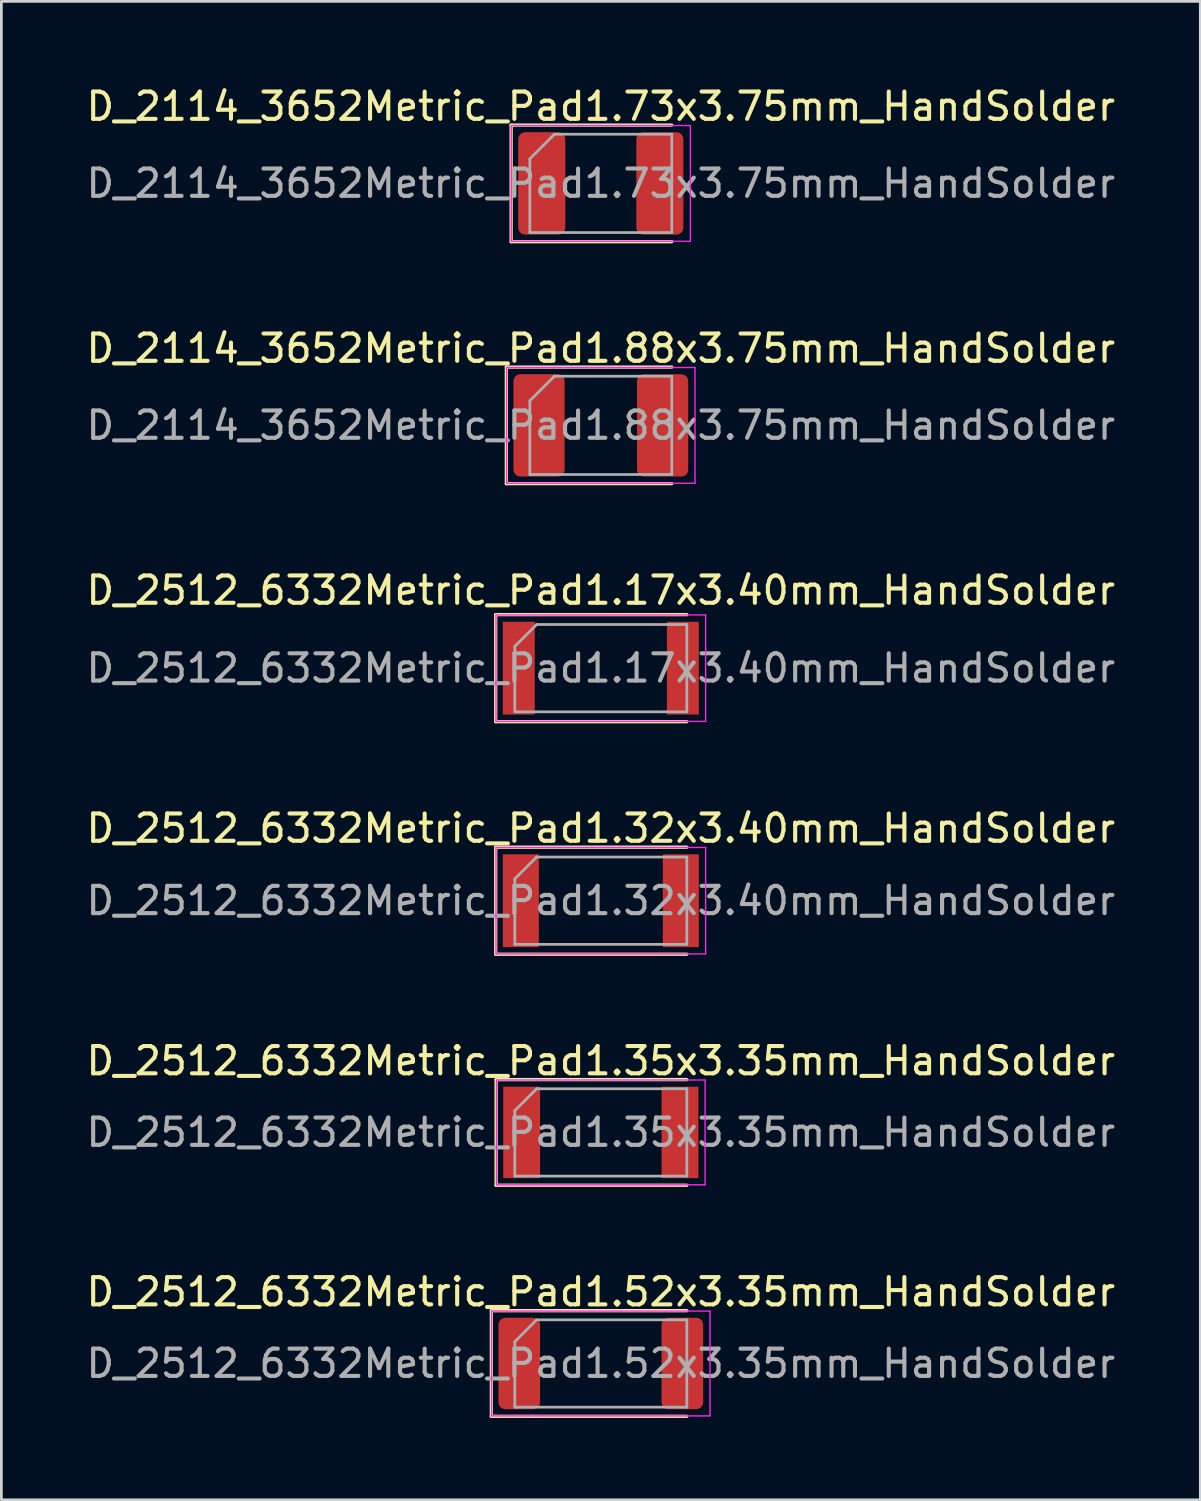
<source format=kicad_pcb>
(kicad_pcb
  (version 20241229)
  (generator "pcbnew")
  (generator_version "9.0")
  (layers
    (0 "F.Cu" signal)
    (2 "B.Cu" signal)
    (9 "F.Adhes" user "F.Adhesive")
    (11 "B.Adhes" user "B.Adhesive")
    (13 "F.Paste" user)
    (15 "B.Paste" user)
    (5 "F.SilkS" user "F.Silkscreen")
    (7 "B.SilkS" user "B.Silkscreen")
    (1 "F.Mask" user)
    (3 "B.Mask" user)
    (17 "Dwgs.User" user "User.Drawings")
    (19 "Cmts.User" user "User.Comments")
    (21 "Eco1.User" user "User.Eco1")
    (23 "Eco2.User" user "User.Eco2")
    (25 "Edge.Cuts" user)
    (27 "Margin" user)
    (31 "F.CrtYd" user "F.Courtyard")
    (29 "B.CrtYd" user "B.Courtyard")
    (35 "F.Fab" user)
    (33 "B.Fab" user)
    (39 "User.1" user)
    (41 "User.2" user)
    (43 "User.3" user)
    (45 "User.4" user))
  (footprint "D_2114_3652Metric_Pad1.88x3.75mm_HandSolder"
    (layer "F.Cu")
    (at 18.958 12.531)
    (property "Reference" "D_2114_3652Metric_Pad1.88x3.75mm_HandSolder" (at 0 -2.82 0) (layer "F.SilkS") (effects (font (size 1 1) (thickness 0.15))))
    (attr smd)
    (fp_line (start -3.46 -2.135) (end -3.46 2.135) (stroke (width 0.12) (type solid)) (layer "F.SilkS"))
    (fp_line (start -3.46 2.135) (end 2.6 2.135) (stroke (width 0.12) (type solid)) (layer "F.SilkS"))
    (fp_line (start 2.6 -2.135) (end -3.46 -2.135) (stroke (width 0.12) (type solid)) (layer "F.SilkS"))
    (fp_line (start -3.45 -2.12) (end 3.45 -2.12) (stroke (width 0.05) (type solid)) (layer "F.CrtYd"))
    (fp_line (start -3.45 2.12) (end -3.45 -2.12) (stroke (width 0.05) (type solid)) (layer "F.CrtYd"))
    (fp_line (start 3.45 -2.12) (end 3.45 2.12) (stroke (width 0.05) (type solid)) (layer "F.CrtYd"))
    (fp_line (start 3.45 2.12) (end -3.45 2.12) (stroke (width 0.05) (type solid)) (layer "F.CrtYd"))
    (fp_line (start -2.6 -0.9) (end -2.6 1.8) (stroke (width 0.1) (type solid)) (layer "F.Fab"))
    (fp_line (start -2.6 1.8) (end 2.6 1.8) (stroke (width 0.1) (type solid)) (layer "F.Fab"))
    (fp_line (start -1.7 -1.8) (end -2.6 -0.9) (stroke (width 0.1) (type solid)) (layer "F.Fab"))
    (fp_line (start 2.6 -1.8) (end -1.7 -1.8) (stroke (width 0.1) (type solid)) (layer "F.Fab"))
    (fp_line (start 2.6 1.8) (end 2.6 -1.8) (stroke (width 0.1) (type solid)) (layer "F.Fab"))
    (fp_text user "${REFERENCE}" (at 0 0 0) (layer "F.Fab") (effects (font (size 1 1) (thickness 0.15))))
    (pad "1" smd roundrect (at -2.263 0) (size 1.875 3.75) (layers "F.Cu" "F.Mask" "F.Paste") (roundrect_rratio 0.133))
    (pad "2" smd roundrect (at 2.263 0) (size 1.875 3.75) (layers "F.Cu" "F.Mask" "F.Paste") (roundrect_rratio 0.133)))
  (footprint "D_2512_6332Metric_Pad1.17x3.40mm_HandSolder"
    (layer "F.Cu")
    (at 18.958 21.425)
    (property "Reference" "D_2512_6332Metric_Pad1.17x3.40mm_HandSolder" (at 0 -2.85 0) (layer "F.SilkS") (effects (font (size 1 1) (thickness 0.15))))
    (attr smd)
    (fp_line (start -3.85 -1.96) (end -3.85 1.96) (stroke (width 0.12) (type solid)) (layer "F.SilkS"))
    (fp_line (start -3.85 1.96) (end 3.15 1.96) (stroke (width 0.12) (type solid)) (layer "F.SilkS"))
    (fp_line (start 3.15 -1.96) (end -3.85 -1.96) (stroke (width 0.12) (type solid)) (layer "F.SilkS"))
    (fp_line (start -3.84 -1.95) (end 3.84 -1.95) (stroke (width 0.05) (type solid)) (layer "F.CrtYd"))
    (fp_line (start -3.84 1.95) (end -3.84 -1.95) (stroke (width 0.05) (type solid)) (layer "F.CrtYd"))
    (fp_line (start 3.84 -1.95) (end 3.84 1.95) (stroke (width 0.05) (type solid)) (layer "F.CrtYd"))
    (fp_line (start 3.84 1.95) (end -3.84 1.95) (stroke (width 0.05) (type solid)) (layer "F.CrtYd"))
    (fp_line (start -3.15 -0.8) (end -3.15 1.6) (stroke (width 0.1) (type solid)) (layer "F.Fab"))
    (fp_line (start -3.15 1.6) (end 3.15 1.6) (stroke (width 0.1) (type solid)) (layer "F.Fab"))
    (fp_line (start -2.35 -1.6) (end -3.15 -0.8) (stroke (width 0.1) (type solid)) (layer "F.Fab"))
    (fp_line (start 3.15 -1.6) (end -2.35 -1.6) (stroke (width 0.1) (type solid)) (layer "F.Fab"))
    (fp_line (start 3.15 1.6) (end 3.15 -1.6) (stroke (width 0.1) (type solid)) (layer "F.Fab"))
    (fp_text user "${REFERENCE}" (at 0 0 0) (layer "F.Fab") (effects (font (size 1 1) (thickness 0.15))))
    (pad "1" smd rect (at -3.005 0) (size 1.17 3.4) (layers "F.Cu" "F.Mask" "F.Paste"))
    (pad "2" smd rect (at 3.005 0) (size 1.17 3.4) (layers "F.Cu" "F.Mask" "F.Paste")))
  (footprint "D_2114_3652Metric_Pad1.73x3.75mm_HandSolder"
    (layer "F.Cu")
    (at 18.958 3.668)
    (property "Reference" "D_2114_3652Metric_Pad1.73x3.75mm_HandSolder" (at 0 -2.82 0) (layer "F.SilkS") (effects (font (size 1 1) (thickness 0.15))))
    (attr smd)
    (fp_line (start -3.285 -2.135) (end -3.285 2.135) (stroke (width 0.12) (type solid)) (layer "F.SilkS"))
    (fp_line (start -3.285 2.135) (end 2.6 2.135) (stroke (width 0.12) (type solid)) (layer "F.SilkS"))
    (fp_line (start 2.6 -2.135) (end -3.285 -2.135) (stroke (width 0.12) (type solid)) (layer "F.SilkS"))
    (fp_line (start -3.28 -2.12) (end 3.28 -2.12) (stroke (width 0.05) (type solid)) (layer "F.CrtYd"))
    (fp_line (start -3.28 2.12) (end -3.28 -2.12) (stroke (width 0.05) (type solid)) (layer "F.CrtYd"))
    (fp_line (start 3.28 -2.12) (end 3.28 2.12) (stroke (width 0.05) (type solid)) (layer "F.CrtYd"))
    (fp_line (start 3.28 2.12) (end -3.28 2.12) (stroke (width 0.05) (type solid)) (layer "F.CrtYd"))
    (fp_line (start -2.6 -0.9) (end -2.6 1.8) (stroke (width 0.1) (type solid)) (layer "F.Fab"))
    (fp_line (start -2.6 1.8) (end 2.6 1.8) (stroke (width 0.1) (type solid)) (layer "F.Fab"))
    (fp_line (start -1.7 -1.8) (end -2.6 -0.9) (stroke (width 0.1) (type solid)) (layer "F.Fab"))
    (fp_line (start 2.6 -1.8) (end -1.7 -1.8) (stroke (width 0.1) (type solid)) (layer "F.Fab"))
    (fp_line (start 2.6 1.8) (end 2.6 -1.8) (stroke (width 0.1) (type solid)) (layer "F.Fab"))
    (fp_text user "${REFERENCE}" (at 0 0 0) (layer "F.Fab") (effects (font (size 1 1) (thickness 0.15))))
    (pad "1" smd roundrect (at -2.163 0) (size 1.725 3.75) (layers "F.Cu" "F.Mask" "F.Paste") (roundrect_rratio 0.145))
    (pad "2" smd roundrect (at 2.163 0) (size 1.725 3.75) (layers "F.Cu" "F.Mask" "F.Paste") (roundrect_rratio 0.145)))
  (footprint "D_2512_6332Metric_Pad1.35x3.35mm_HandSolder"
    (layer "F.Cu")
    (at 18.958 38.431)
    (property "Reference" "D_2512_6332Metric_Pad1.35x3.35mm_HandSolder" (at 0 -2.62 0) (layer "F.SilkS") (effects (font (size 1 1) (thickness 0.15))))
    (attr smd)
    (fp_line (start -3.835 -1.935) (end -3.835 1.935) (stroke (width 0.12) (type solid)) (layer "F.SilkS"))
    (fp_line (start -3.835 1.935) (end 3.15 1.935) (stroke (width 0.12) (type solid)) (layer "F.SilkS"))
    (fp_line (start 3.15 -1.935) (end -3.835 -1.935) (stroke (width 0.12) (type solid)) (layer "F.SilkS"))
    (fp_line (start -3.82 -1.92) (end 3.82 -1.92) (stroke (width 0.05) (type solid)) (layer "F.CrtYd"))
    (fp_line (start -3.82 1.92) (end -3.82 -1.92) (stroke (width 0.05) (type solid)) (layer "F.CrtYd"))
    (fp_line (start 3.82 -1.92) (end 3.82 1.92) (stroke (width 0.05) (type solid)) (layer "F.CrtYd"))
    (fp_line (start 3.82 1.92) (end -3.82 1.92) (stroke (width 0.05) (type solid)) (layer "F.CrtYd"))
    (fp_line (start -3.15 -0.8) (end -3.15 1.6) (stroke (width 0.1) (type solid)) (layer "F.Fab"))
    (fp_line (start -3.15 1.6) (end 3.15 1.6) (stroke (width 0.1) (type solid)) (layer "F.Fab"))
    (fp_line (start -2.35 -1.6) (end -3.15 -0.8) (stroke (width 0.1) (type solid)) (layer "F.Fab"))
    (fp_line (start 3.15 -1.6) (end -2.35 -1.6) (stroke (width 0.1) (type solid)) (layer "F.Fab"))
    (fp_line (start 3.15 1.6) (end 3.15 -1.6) (stroke (width 0.1) (type solid)) (layer "F.Fab"))
    (fp_text user "${REFERENCE}" (at 0 0 0) (layer "F.Fab") (effects (font (size 1 1) (thickness 0.15))))
    (pad "1" smd rect (at -2.9 0) (size 1.35 3.35) (layers "F.Cu" "F.Mask" "F.Paste"))
    (pad "2" smd rect (at 2.9 0) (size 1.35 3.35) (layers "F.Cu" "F.Mask" "F.Paste")))
  (footprint "D_2512_6332Metric_Pad1.52x3.35mm_HandSolder"
    (layer "F.Cu")
    (at 18.958 46.895)
    (property "Reference" "D_2512_6332Metric_Pad1.52x3.35mm_HandSolder" (at 0 -2.62 0) (layer "F.SilkS") (effects (font (size 1 1) (thickness 0.15))))
    (attr smd)
    (fp_line (start -4.01 -1.935) (end -4.01 1.935) (stroke (width 0.12) (type solid)) (layer "F.SilkS"))
    (fp_line (start -4.01 1.935) (end 3.15 1.935) (stroke (width 0.12) (type solid)) (layer "F.SilkS"))
    (fp_line (start 3.15 -1.935) (end -4.01 -1.935) (stroke (width 0.12) (type solid)) (layer "F.SilkS"))
    (fp_line (start -4 -1.92) (end 4 -1.92) (stroke (width 0.05) (type solid)) (layer "F.CrtYd"))
    (fp_line (start -4 1.92) (end -4 -1.92) (stroke (width 0.05) (type solid)) (layer "F.CrtYd"))
    (fp_line (start 4 -1.92) (end 4 1.92) (stroke (width 0.05) (type solid)) (layer "F.CrtYd"))
    (fp_line (start 4 1.92) (end -4 1.92) (stroke (width 0.05) (type solid)) (layer "F.CrtYd"))
    (fp_line (start -3.15 -0.8) (end -3.15 1.6) (stroke (width 0.1) (type solid)) (layer "F.Fab"))
    (fp_line (start -3.15 1.6) (end 3.15 1.6) (stroke (width 0.1) (type solid)) (layer "F.Fab"))
    (fp_line (start -2.35 -1.6) (end -3.15 -0.8) (stroke (width 0.1) (type solid)) (layer "F.Fab"))
    (fp_line (start 3.15 -1.6) (end -2.35 -1.6) (stroke (width 0.1) (type solid)) (layer "F.Fab"))
    (fp_line (start 3.15 1.6) (end 3.15 -1.6) (stroke (width 0.1) (type solid)) (layer "F.Fab"))
    (fp_text user "${REFERENCE}" (at 0 0 0) (layer "F.Fab") (effects (font (size 1 1) (thickness 0.15))))
    (pad "1" smd roundrect (at -2.987 0) (size 1.525 3.35) (layers "F.Cu" "F.Mask" "F.Paste") (roundrect_rratio 0.164))
    (pad "2" smd roundrect (at 2.987 0) (size 1.525 3.35) (layers "F.Cu" "F.Mask" "F.Paste") (roundrect_rratio 0.164)))
  (footprint "D_2512_6332Metric_Pad1.32x3.40mm_HandSolder"
    (layer "F.Cu")
    (at 18.958 29.943)
    (property "Reference" "D_2512_6332Metric_Pad1.32x3.40mm_HandSolder" (at 0 -2.65 0) (layer "F.SilkS") (effects (font (size 1 1) (thickness 0.15))))
    (attr smd)
    (fp_line (start -3.85 -1.96) (end -3.85 1.96) (stroke (width 0.12) (type solid)) (layer "F.SilkS"))
    (fp_line (start -3.85 1.96) (end 3.15 1.96) (stroke (width 0.12) (type solid)) (layer "F.SilkS"))
    (fp_line (start 3.15 -1.96) (end -3.85 -1.96) (stroke (width 0.12) (type solid)) (layer "F.SilkS"))
    (fp_line (start -3.84 -1.95) (end 3.84 -1.95) (stroke (width 0.05) (type solid)) (layer "F.CrtYd"))
    (fp_line (start -3.84 1.95) (end -3.84 -1.95) (stroke (width 0.05) (type solid)) (layer "F.CrtYd"))
    (fp_line (start 3.84 -1.95) (end 3.84 1.95) (stroke (width 0.05) (type solid)) (layer "F.CrtYd"))
    (fp_line (start 3.84 1.95) (end -3.84 1.95) (stroke (width 0.05) (type solid)) (layer "F.CrtYd"))
    (fp_line (start -3.15 -0.8) (end -3.15 1.6) (stroke (width 0.1) (type solid)) (layer "F.Fab"))
    (fp_line (start -3.15 1.6) (end 3.15 1.6) (stroke (width 0.1) (type solid)) (layer "F.Fab"))
    (fp_line (start -2.35 -1.6) (end -3.15 -0.8) (stroke (width 0.1) (type solid)) (layer "F.Fab"))
    (fp_line (start 3.15 -1.6) (end -2.35 -1.6) (stroke (width 0.1) (type solid)) (layer "F.Fab"))
    (fp_line (start 3.15 1.6) (end 3.15 -1.6) (stroke (width 0.1) (type solid)) (layer "F.Fab"))
    (fp_text user "${REFERENCE}" (at 0 0 0) (layer "F.Fab") (effects (font (size 1 1) (thickness 0.15))))
    (pad "1" smd rect (at -2.93 0) (size 1.32 3.4) (layers "F.Cu" "F.Mask" "F.Paste"))
    (pad "2" smd rect (at 2.93 0) (size 1.32 3.4) (layers "F.Cu" "F.Mask" "F.Paste")))
  (gr_rect
    (start -3 -3)
    (end 40.917 51.889)
    (stroke (width 0.1) (type default))
    (fill no)
    (layer "Edge.Cuts")))
</source>
